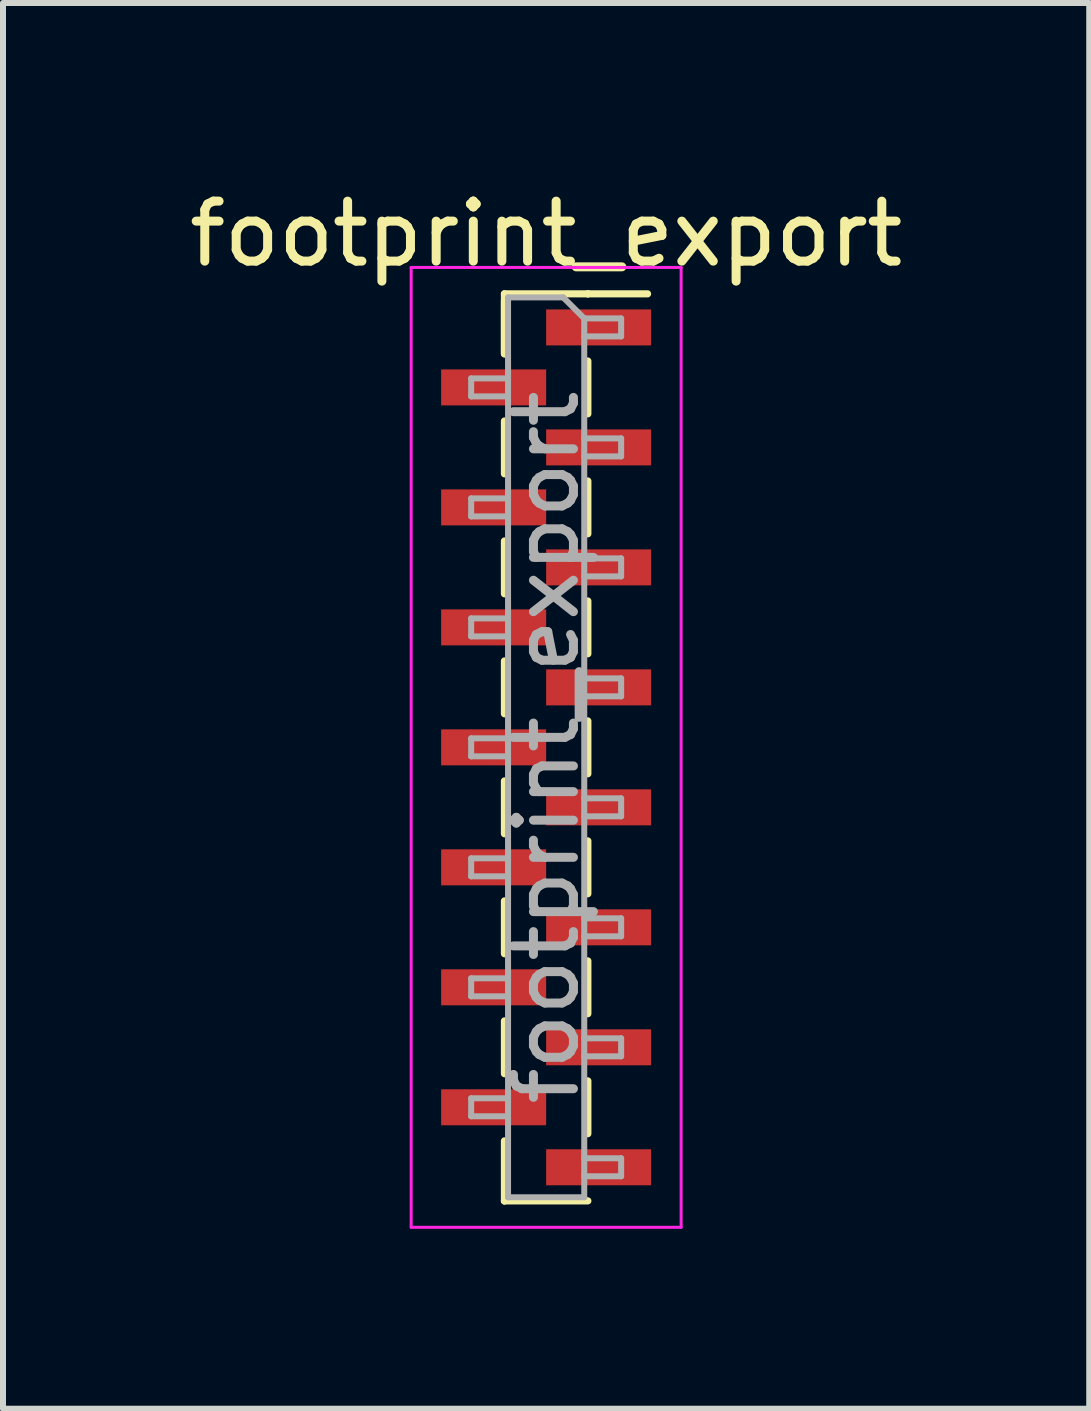
<source format=kicad_pcb>
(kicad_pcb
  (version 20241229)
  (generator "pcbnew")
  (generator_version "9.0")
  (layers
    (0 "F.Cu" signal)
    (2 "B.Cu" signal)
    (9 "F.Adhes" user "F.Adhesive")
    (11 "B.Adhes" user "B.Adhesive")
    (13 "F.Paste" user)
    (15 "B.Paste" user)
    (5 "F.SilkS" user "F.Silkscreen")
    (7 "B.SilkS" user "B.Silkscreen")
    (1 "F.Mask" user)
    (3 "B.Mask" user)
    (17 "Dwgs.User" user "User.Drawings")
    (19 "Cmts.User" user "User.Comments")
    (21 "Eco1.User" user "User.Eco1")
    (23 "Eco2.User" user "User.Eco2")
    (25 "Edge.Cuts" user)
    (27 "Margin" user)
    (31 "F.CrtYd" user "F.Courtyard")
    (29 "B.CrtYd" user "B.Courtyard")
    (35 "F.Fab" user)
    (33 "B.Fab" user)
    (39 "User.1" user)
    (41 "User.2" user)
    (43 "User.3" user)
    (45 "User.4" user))
  (footprint "footprint_export"
    (layer "F.Cu")
    (at 6.054 9.408)
    (property "Reference" "footprint_export" (at 0 -8.56 0) (layer "F.SilkS") (effects (font (size 1 1) (thickness 0.15))))
    (attr smd)
    (fp_line (start -0.695 -7.56) (end -0.695 -6.56) (stroke (width 0.12) (type solid)) (layer "F.SilkS"))
    (fp_line (start -0.695 -7.56) (end 0.695 -7.56) (stroke (width 0.12) (type solid)) (layer "F.SilkS"))
    (fp_line (start -0.695 -7.44) (end -0.695 -6.56) (stroke (width 0.12) (type solid)) (layer "F.SilkS"))
    (fp_line (start -0.695 -5.44) (end -0.695 -4.56) (stroke (width 0.12) (type solid)) (layer "F.SilkS"))
    (fp_line (start -0.695 -3.44) (end -0.695 -2.56) (stroke (width 0.12) (type solid)) (layer "F.SilkS"))
    (fp_line (start -0.695 -1.44) (end -0.695 -0.56) (stroke (width 0.12) (type solid)) (layer "F.SilkS"))
    (fp_line (start -0.695 0.56) (end -0.695 1.44) (stroke (width 0.12) (type solid)) (layer "F.SilkS"))
    (fp_line (start -0.695 2.56) (end -0.695 3.44) (stroke (width 0.12) (type solid)) (layer "F.SilkS"))
    (fp_line (start -0.695 4.56) (end -0.695 5.44) (stroke (width 0.12) (type solid)) (layer "F.SilkS"))
    (fp_line (start -0.695 6.56) (end -0.695 7.56) (stroke (width 0.12) (type solid)) (layer "F.SilkS"))
    (fp_line (start -0.695 7.56) (end -0.695 7.56) (stroke (width 0.12) (type solid)) (layer "F.SilkS"))
    (fp_line (start -0.695 7.56) (end 0.695 7.56) (stroke (width 0.12) (type solid)) (layer "F.SilkS"))
    (fp_line (start 0.695 -7.56) (end 0.695 -7.56) (stroke (width 0.12) (type solid)) (layer "F.SilkS"))
    (fp_line (start 0.695 -7.56) (end 1.69 -7.56) (stroke (width 0.12) (type solid)) (layer "F.SilkS"))
    (fp_line (start 0.695 -6.44) (end 0.695 -5.56) (stroke (width 0.12) (type solid)) (layer "F.SilkS"))
    (fp_line (start 0.695 -4.44) (end 0.695 -3.56) (stroke (width 0.12) (type solid)) (layer "F.SilkS"))
    (fp_line (start 0.695 -2.44) (end 0.695 -1.56) (stroke (width 0.12) (type solid)) (layer "F.SilkS"))
    (fp_line (start 0.695 -0.44) (end 0.695 0.44) (stroke (width 0.12) (type solid)) (layer "F.SilkS"))
    (fp_line (start 0.695 1.56) (end 0.695 2.44) (stroke (width 0.12) (type solid)) (layer "F.SilkS"))
    (fp_line (start 0.695 3.56) (end 0.695 4.44) (stroke (width 0.12) (type solid)) (layer "F.SilkS"))
    (fp_line (start 0.695 5.56) (end 0.695 6.44) (stroke (width 0.12) (type solid)) (layer "F.SilkS"))
    (fp_line (start -2.25 -8) (end -2.25 8) (stroke (width 0.05) (type solid)) (layer "F.CrtYd"))
    (fp_line (start -2.25 8) (end 2.25 8) (stroke (width 0.05) (type solid)) (layer "F.CrtYd"))
    (fp_line (start 2.25 -8) (end -2.25 -8) (stroke (width 0.05) (type solid)) (layer "F.CrtYd"))
    (fp_line (start 2.25 8) (end 2.25 -8) (stroke (width 0.05) (type solid)) (layer "F.CrtYd"))
    (fp_line (start -1.25 -6.15) (end -1.25 -5.85) (stroke (width 0.1) (type solid)) (layer "F.Fab"))
    (fp_line (start -1.25 -5.85) (end -0.635 -5.85) (stroke (width 0.1) (type solid)) (layer "F.Fab"))
    (fp_line (start -1.25 -4.15) (end -1.25 -3.85) (stroke (width 0.1) (type solid)) (layer "F.Fab"))
    (fp_line (start -1.25 -3.85) (end -0.635 -3.85) (stroke (width 0.1) (type solid)) (layer "F.Fab"))
    (fp_line (start -1.25 -2.15) (end -1.25 -1.85) (stroke (width 0.1) (type solid)) (layer "F.Fab"))
    (fp_line (start -1.25 -1.85) (end -0.635 -1.85) (stroke (width 0.1) (type solid)) (layer "F.Fab"))
    (fp_line (start -1.25 -0.15) (end -1.25 0.15) (stroke (width 0.1) (type solid)) (layer "F.Fab"))
    (fp_line (start -1.25 0.15) (end -0.635 0.15) (stroke (width 0.1) (type solid)) (layer "F.Fab"))
    (fp_line (start -1.25 1.85) (end -1.25 2.15) (stroke (width 0.1) (type solid)) (layer "F.Fab"))
    (fp_line (start -1.25 2.15) (end -0.635 2.15) (stroke (width 0.1) (type solid)) (layer "F.Fab"))
    (fp_line (start -1.25 3.85) (end -1.25 4.15) (stroke (width 0.1) (type solid)) (layer "F.Fab"))
    (fp_line (start -1.25 4.15) (end -0.635 4.15) (stroke (width 0.1) (type solid)) (layer "F.Fab"))
    (fp_line (start -1.25 5.85) (end -1.25 6.15) (stroke (width 0.1) (type solid)) (layer "F.Fab"))
    (fp_line (start -1.25 6.15) (end -0.635 6.15) (stroke (width 0.1) (type solid)) (layer "F.Fab"))
    (fp_line (start -0.635 -7.5) (end -0.635 7.5) (stroke (width 0.1) (type solid)) (layer "F.Fab"))
    (fp_line (start -0.635 -7.5) (end 0.285 -7.5) (stroke (width 0.1) (type solid)) (layer "F.Fab"))
    (fp_line (start -0.635 -6.15) (end -1.25 -6.15) (stroke (width 0.1) (type solid)) (layer "F.Fab"))
    (fp_line (start -0.635 -4.15) (end -1.25 -4.15) (stroke (width 0.1) (type solid)) (layer "F.Fab"))
    (fp_line (start -0.635 -2.15) (end -1.25 -2.15) (stroke (width 0.1) (type solid)) (layer "F.Fab"))
    (fp_line (start -0.635 -0.15) (end -1.25 -0.15) (stroke (width 0.1) (type solid)) (layer "F.Fab"))
    (fp_line (start -0.635 1.85) (end -1.25 1.85) (stroke (width 0.1) (type solid)) (layer "F.Fab"))
    (fp_line (start -0.635 3.85) (end -1.25 3.85) (stroke (width 0.1) (type solid)) (layer "F.Fab"))
    (fp_line (start -0.635 5.85) (end -1.25 5.85) (stroke (width 0.1) (type solid)) (layer "F.Fab"))
    (fp_line (start 0.635 -7.15) (end 0.285 -7.5) (stroke (width 0.1) (type solid)) (layer "F.Fab"))
    (fp_line (start 0.635 -7.15) (end 1.25 -7.15) (stroke (width 0.1) (type solid)) (layer "F.Fab"))
    (fp_line (start 0.635 -5.15) (end 1.25 -5.15) (stroke (width 0.1) (type solid)) (layer "F.Fab"))
    (fp_line (start 0.635 -3.15) (end 1.25 -3.15) (stroke (width 0.1) (type solid)) (layer "F.Fab"))
    (fp_line (start 0.635 -1.15) (end 1.25 -1.15) (stroke (width 0.1) (type solid)) (layer "F.Fab"))
    (fp_line (start 0.635 0.85) (end 1.25 0.85) (stroke (width 0.1) (type solid)) (layer "F.Fab"))
    (fp_line (start 0.635 2.85) (end 1.25 2.85) (stroke (width 0.1) (type solid)) (layer "F.Fab"))
    (fp_line (start 0.635 4.85) (end 1.25 4.85) (stroke (width 0.1) (type solid)) (layer "F.Fab"))
    (fp_line (start 0.635 6.85) (end 1.25 6.85) (stroke (width 0.1) (type solid)) (layer "F.Fab"))
    (fp_line (start 0.635 7.5) (end -0.635 7.5) (stroke (width 0.1) (type solid)) (layer "F.Fab"))
    (fp_line (start 0.635 7.5) (end 0.635 -7.15) (stroke (width 0.1) (type solid)) (layer "F.Fab"))
    (fp_line (start 1.25 -7.15) (end 1.25 -6.85) (stroke (width 0.1) (type solid)) (layer "F.Fab"))
    (fp_line (start 1.25 -6.85) (end 0.635 -6.85) (stroke (width 0.1) (type solid)) (layer "F.Fab"))
    (fp_line (start 1.25 -5.15) (end 1.25 -4.85) (stroke (width 0.1) (type solid)) (layer "F.Fab"))
    (fp_line (start 1.25 -4.85) (end 0.635 -4.85) (stroke (width 0.1) (type solid)) (layer "F.Fab"))
    (fp_line (start 1.25 -3.15) (end 1.25 -2.85) (stroke (width 0.1) (type solid)) (layer "F.Fab"))
    (fp_line (start 1.25 -2.85) (end 0.635 -2.85) (stroke (width 0.1) (type solid)) (layer "F.Fab"))
    (fp_line (start 1.25 -1.15) (end 1.25 -0.85) (stroke (width 0.1) (type solid)) (layer "F.Fab"))
    (fp_line (start 1.25 -0.85) (end 0.635 -0.85) (stroke (width 0.1) (type solid)) (layer "F.Fab"))
    (fp_line (start 1.25 0.85) (end 1.25 1.15) (stroke (width 0.1) (type solid)) (layer "F.Fab"))
    (fp_line (start 1.25 1.15) (end 0.635 1.15) (stroke (width 0.1) (type solid)) (layer "F.Fab"))
    (fp_line (start 1.25 2.85) (end 1.25 3.15) (stroke (width 0.1) (type solid)) (layer "F.Fab"))
    (fp_line (start 1.25 3.15) (end 0.635 3.15) (stroke (width 0.1) (type solid)) (layer "F.Fab"))
    (fp_line (start 1.25 4.85) (end 1.25 5.15) (stroke (width 0.1) (type solid)) (layer "F.Fab"))
    (fp_line (start 1.25 5.15) (end 0.635 5.15) (stroke (width 0.1) (type solid)) (layer "F.Fab"))
    (fp_line (start 1.25 6.85) (end 1.25 7.15) (stroke (width 0.1) (type solid)) (layer "F.Fab"))
    (fp_line (start 1.25 7.15) (end 0.635 7.15) (stroke (width 0.1) (type solid)) (layer "F.Fab"))
    (fp_text user "${REFERENCE}" (at 0 0 90) (layer "F.Fab") (effects (font (size 1 1) (thickness 0.15))))
    (pad "1" smd rect (at 0.875 -7) (size 1.75 0.6) (layers "F.Cu" "F.Mask" "F.Paste"))
    (pad "2" smd rect (at -0.875 -6) (size 1.75 0.6) (layers "F.Cu" "F.Mask" "F.Paste"))
    (pad "3" smd rect (at 0.875 -5) (size 1.75 0.6) (layers "F.Cu" "F.Mask" "F.Paste"))
    (pad "4" smd rect (at -0.875 -4) (size 1.75 0.6) (layers "F.Cu" "F.Mask" "F.Paste"))
    (pad "5" smd rect (at 0.875 -3) (size 1.75 0.6) (layers "F.Cu" "F.Mask" "F.Paste"))
    (pad "6" smd rect (at -0.875 -2) (size 1.75 0.6) (layers "F.Cu" "F.Mask" "F.Paste"))
    (pad "7" smd rect (at 0.875 -1) (size 1.75 0.6) (layers "F.Cu" "F.Mask" "F.Paste"))
    (pad "8" smd rect (at -0.875 0) (size 1.75 0.6) (layers "F.Cu" "F.Mask" "F.Paste"))
    (pad "9" smd rect (at 0.875 1) (size 1.75 0.6) (layers "F.Cu" "F.Mask" "F.Paste"))
    (pad "10" smd rect (at -0.875 2) (size 1.75 0.6) (layers "F.Cu" "F.Mask" "F.Paste"))
    (pad "11" smd rect (at 0.875 3) (size 1.75 0.6) (layers "F.Cu" "F.Mask" "F.Paste"))
    (pad "12" smd rect (at -0.875 4) (size 1.75 0.6) (layers "F.Cu" "F.Mask" "F.Paste"))
    (pad "13" smd rect (at 0.875 5) (size 1.75 0.6) (layers "F.Cu" "F.Mask" "F.Paste"))
    (pad "14" smd rect (at -0.875 6) (size 1.75 0.6) (layers "F.Cu" "F.Mask" "F.Paste"))
    (pad "15" smd rect (at 0.875 7) (size 1.75 0.6) (layers "F.Cu" "F.Mask" "F.Paste")))
  (gr_rect
    (start -3 -3)
    (end 15.107 20.433)
    (stroke (width 0.1) (type default))
    (fill no)
    (layer "Edge.Cuts")))
</source>
